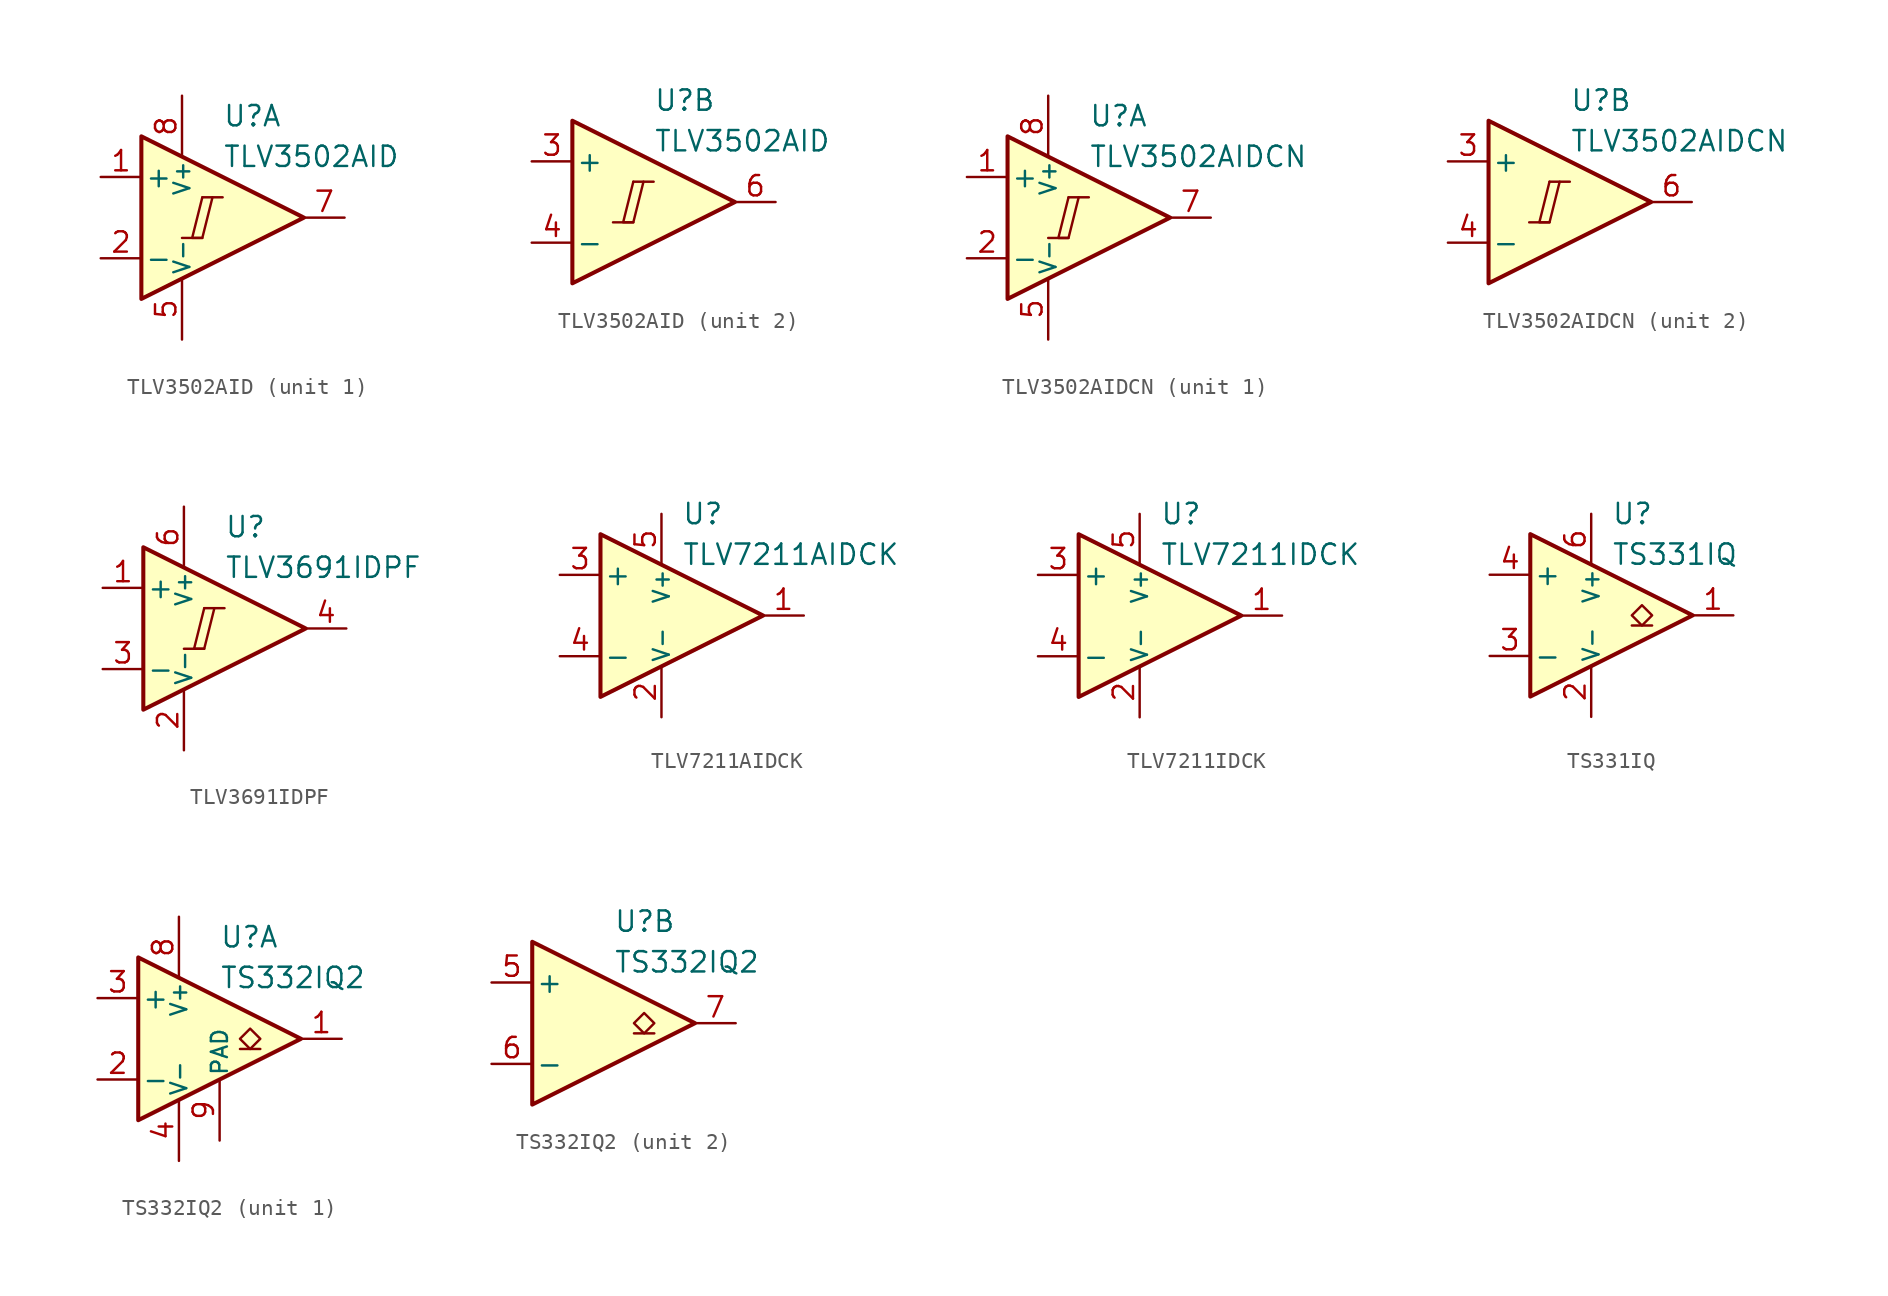
<source format=kicad_sym>
(kicad_symbol_lib
  (version 20211014)
  (generator kicad_symbol_editor)
  (symbol "TLV3502AID"
    (pin_names
      (offset 0.2))
    (property "Reference" "U"
      (at 1.27 6.35 0)
      (effects (font (size 1.27 1.27)) (justify left)))
    (property "Value" "TLV3502AID"
      (at 1.27 3.81 0)
      (effects (font (size 1.27 1.27)) (justify left)))
    (property "ki_locked" ""
      (at 0 0 0)
      (effects (font (size 1.27 1.27))))
    (symbol "TLV3502AID_0_0"
      (polyline (pts (xy -1.27 -1.27) (xy 0 -1.27)) (stroke (width 0.152) (type default) (color 0 0 0 0)) (fill (type none)))
      (polyline (pts (xy 0 1.27) (xy 1.27 1.27)) (stroke (width 0.152) (type default) (color 0 0 0 0)) (fill (type none)))
      (polyline (pts (xy 0 1.27) (xy -0.635 -1.27) (xy 0 -1.27) (xy 0.635 1.27)) (stroke (width 0.152) (type default) (color 0 0 0 0)) (fill (type none))))
    (symbol "TLV3502AID_0_1"
      (polyline (pts (xy -3.81 5.08) (xy -3.81 -5.08) (xy 6.35 0) (xy -3.81 5.08)) (stroke (width 0.254) (type default) (color 0 0 0 0)) (fill (type background))))
    (symbol "TLV3502AID_1_1"
      (pin input line (at -6.35 2.54 0) (length 2.54) (name "+" (effects (font (size 1.27 1.27)))) (number "1" (effects (font (size 1.27 1.27)))))
      (pin no_connect line (at -1.27 1.27 0) (length 2.54) hide (name "NC" (effects (font (size 1.27 1.27)))) (number "1" (effects (font (size 1.27 1.27)))))
      (pin input line (at -6.35 -2.54 0) (length 2.54) (name "-" (effects (font (size 1.27 1.27)))) (number "2" (effects (font (size 1.27 1.27)))))
      (pin no_connect line (at -1.27 -1.27 0) (length 2.54) hide (name "NC" (effects (font (size 1.27 1.27)))) (number "5" (effects (font (size 1.27 1.27)))))
      (pin power_in line (at -1.27 -7.62 90) (length 3.81) (name "V-" (effects (font (size 1 1)))) (number "5" (effects (font (size 1.27 1.27)))))
      (pin output line (at 8.89 0 180) (length 2.54) (name "~" (effects (font (size 1.27 1.27)))) (number "7" (effects (font (size 1.27 1.27)))))
      (pin power_in line (at -1.27 7.62 270) (length 3.81) (name "V+" (effects (font (size 1 1)))) (number "8" (effects (font (size 1.27 1.27))))))
    (symbol "TLV3502AID_2_1"
      (pin no_connect line (at -1.27 1.27 0) (length 2.54) hide (name "NC" (effects (font (size 1.27 1.27)))) (number "1" (effects (font (size 1.27 1.27)))))
      (pin input line (at -6.35 2.54 0) (length 2.54) (name "+" (effects (font (size 1.27 1.27)))) (number "3" (effects (font (size 1.27 1.27)))))
      (pin input line (at -6.35 -2.54 0) (length 2.54) (name "-" (effects (font (size 1.27 1.27)))) (number "4" (effects (font (size 1.27 1.27)))))
      (pin no_connect line (at -1.27 -1.27 0) (length 2.54) hide (name "NC" (effects (font (size 1.27 1.27)))) (number "5" (effects (font (size 1.27 1.27)))))
      (pin output line (at 8.89 0 180) (length 2.54) (name "~" (effects (font (size 1.27 1.27)))) (number "6" (effects (font (size 1.27 1.27)))))))
  (symbol "TLV3502AIDCN"
    (pin_names
      (offset 0.2))
    (property "Reference" "U"
      (at 1.27 6.35 0)
      (effects (font (size 1.27 1.27)) (justify left)))
    (property "Value" "TLV3502AIDCN"
      (at 1.27 3.81 0)
      (effects (font (size 1.27 1.27)) (justify left)))
    (property "ki_locked" ""
      (at 0 0 0)
      (effects (font (size 1.27 1.27))))
    (symbol "TLV3502AIDCN_0_0"
      (polyline (pts (xy -1.27 -1.27) (xy 0 -1.27)) (stroke (width 0.152) (type default) (color 0 0 0 0)) (fill (type none)))
      (polyline (pts (xy 0 1.27) (xy 1.27 1.27)) (stroke (width 0.152) (type default) (color 0 0 0 0)) (fill (type none)))
      (polyline (pts (xy 0 1.27) (xy -0.635 -1.27) (xy 0 -1.27) (xy 0.635 1.27)) (stroke (width 0.152) (type default) (color 0 0 0 0)) (fill (type none))))
    (symbol "TLV3502AIDCN_0_1"
      (polyline (pts (xy -3.81 5.08) (xy -3.81 -5.08) (xy 6.35 0) (xy -3.81 5.08)) (stroke (width 0.254) (type default) (color 0 0 0 0)) (fill (type background))))
    (symbol "TLV3502AIDCN_1_1"
      (pin input line (at -6.35 2.54 0) (length 2.54) (name "+" (effects (font (size 1.27 1.27)))) (number "1" (effects (font (size 1.27 1.27)))))
      (pin no_connect line (at -1.27 1.27 0) (length 2.54) hide (name "NC" (effects (font (size 1.27 1.27)))) (number "1" (effects (font (size 1.27 1.27)))))
      (pin input line (at -6.35 -2.54 0) (length 2.54) (name "-" (effects (font (size 1.27 1.27)))) (number "2" (effects (font (size 1.27 1.27)))))
      (pin no_connect line (at -1.27 -1.27 0) (length 2.54) hide (name "NC" (effects (font (size 1.27 1.27)))) (number "5" (effects (font (size 1.27 1.27)))))
      (pin power_in line (at -1.27 -7.62 90) (length 3.81) (name "V-" (effects (font (size 1 1)))) (number "5" (effects (font (size 1.27 1.27)))))
      (pin output line (at 8.89 0 180) (length 2.54) (name "~" (effects (font (size 1.27 1.27)))) (number "7" (effects (font (size 1.27 1.27)))))
      (pin power_in line (at -1.27 7.62 270) (length 3.81) (name "V+" (effects (font (size 1 1)))) (number "8" (effects (font (size 1.27 1.27))))))
    (symbol "TLV3502AIDCN_2_1"
      (pin no_connect line (at -1.27 1.27 0) (length 2.54) hide (name "NC" (effects (font (size 1.27 1.27)))) (number "1" (effects (font (size 1.27 1.27)))))
      (pin input line (at -6.35 2.54 0) (length 2.54) (name "+" (effects (font (size 1.27 1.27)))) (number "3" (effects (font (size 1.27 1.27)))))
      (pin input line (at -6.35 -2.54 0) (length 2.54) (name "-" (effects (font (size 1.27 1.27)))) (number "4" (effects (font (size 1.27 1.27)))))
      (pin no_connect line (at -1.27 -1.27 0) (length 2.54) hide (name "NC" (effects (font (size 1.27 1.27)))) (number "5" (effects (font (size 1.27 1.27)))))
      (pin output line (at 8.89 0 180) (length 2.54) (name "~" (effects (font (size 1.27 1.27)))) (number "6" (effects (font (size 1.27 1.27)))))))
  (symbol "TLV3691IDPF"
    (pin_names
      (offset 0.2))
    (property "Reference" "U"
      (at 1.27 6.35 0)
      (effects (font (size 1.27 1.27)) (justify left)))
    (property "Value" "TLV3691IDPF"
      (at 1.27 3.81 0)
      (effects (font (size 1.27 1.27)) (justify left)))
    (symbol "TLV3691IDPF_0_0"
      (polyline (pts (xy -1.27 -1.27) (xy 0 -1.27)) (stroke (width 0.152) (type default) (color 0 0 0 0)) (fill (type none)))
      (polyline (pts (xy 0 1.27) (xy 1.27 1.27)) (stroke (width 0.152) (type default) (color 0 0 0 0)) (fill (type none)))
      (polyline (pts (xy 0 1.27) (xy -0.635 -1.27) (xy 0 -1.27) (xy 0.635 1.27)) (stroke (width 0.152) (type default) (color 0 0 0 0)) (fill (type none))))
    (symbol "TLV3691IDPF_0_1"
      (polyline (pts (xy -3.81 5.08) (xy -3.81 -5.08) (xy 6.35 0) (xy -3.81 5.08)) (stroke (width 0.254) (type default) (color 0 0 0 0)) (fill (type background))))
    (symbol "TLV3691IDPF_1_1"
      (pin input line (at -6.35 2.54 0) (length 2.54) (name "+" (effects (font (size 1.27 1.27)))) (number "1" (effects (font (size 1.27 1.27)))))
      (pin power_in line (at -1.27 -7.62 90) (length 3.81) (name "V-" (effects (font (size 1 1)))) (number "2" (effects (font (size 1.27 1.27)))))
      (pin input line (at -6.35 -2.54 0) (length 2.54) (name "-" (effects (font (size 1.27 1.27)))) (number "3" (effects (font (size 1.27 1.27)))))
      (pin output line (at 8.89 0 180) (length 2.54) (name "~" (effects (font (size 1.27 1.27)))) (number "4" (effects (font (size 1.27 1.27)))))
      (pin no_connect line (at -1.27 0 0) (length 2.54) hide (name "NC" (effects (font (size 1.27 1.27)))) (number "5" (effects (font (size 1.27 1.27)))))
      (pin power_in line (at -1.27 7.62 270) (length 3.81) (name "V+" (effects (font (size 1 1)))) (number "6" (effects (font (size 1.27 1.27)))))))
  (symbol "TLV7211AIDCK"
    (pin_names
      (offset 0.2))
    (property "Reference" "U"
      (at 1.27 6.35 0)
      (effects (font (size 1.27 1.27)) (justify left)))
    (property "Value" "TLV7211AIDCK"
      (at 1.27 3.81 0)
      (effects (font (size 1.27 1.27)) (justify left)))
    (symbol "TLV7211AIDCK_0_1"
      (polyline (pts (xy -3.81 5.08) (xy -3.81 -5.08) (xy 6.35 0) (xy -3.81 5.08)) (stroke (width 0.254) (type default) (color 0 0 0 0)) (fill (type background))))
    (symbol "TLV7211AIDCK_1_1"
      (pin output line (at 8.89 0 180) (length 2.54) (name "~" (effects (font (size 1.27 1.27)))) (number "1" (effects (font (size 1.27 1.27)))))
      (pin power_in line (at 0 -6.35 90) (length 3.18) (name "V-" (effects (font (size 1 1)))) (number "2" (effects (font (size 1.27 1.27)))))
      (pin input line (at -6.35 2.54 0) (length 2.54) (name "+" (effects (font (size 1.27 1.27)))) (number "3" (effects (font (size 1.27 1.27)))))
      (pin input line (at -6.35 -2.54 0) (length 2.54) (name "-" (effects (font (size 1.27 1.27)))) (number "4" (effects (font (size 1.27 1.27)))))
      (pin power_in line (at 0 6.35 270) (length 3.18) (name "V+" (effects (font (size 1 1)))) (number "5" (effects (font (size 1.27 1.27)))))
      (pin no_connect line (at -1.27 0 0) (length 2.54) hide (name "NC" (effects (font (size 1.27 1.27)))) (number "6" (effects (font (size 1.27 1.27)))))))
  (symbol "TLV7211IDCK"
    (pin_names
      (offset 0.2))
    (property "Reference" "U"
      (at 1.27 6.35 0)
      (effects (font (size 1.27 1.27)) (justify left)))
    (property "Value" "TLV7211IDCK"
      (at 1.27 3.81 0)
      (effects (font (size 1.27 1.27)) (justify left)))
    (symbol "TLV7211IDCK_0_1"
      (polyline (pts (xy -3.81 5.08) (xy -3.81 -5.08) (xy 6.35 0) (xy -3.81 5.08)) (stroke (width 0.254) (type default) (color 0 0 0 0)) (fill (type background))))
    (symbol "TLV7211IDCK_1_1"
      (pin output line (at 8.89 0 180) (length 2.54) (name "~" (effects (font (size 1.27 1.27)))) (number "1" (effects (font (size 1.27 1.27)))))
      (pin power_in line (at 0 -6.35 90) (length 3.18) (name "V-" (effects (font (size 1 1)))) (number "2" (effects (font (size 1.27 1.27)))))
      (pin input line (at -6.35 2.54 0) (length 2.54) (name "+" (effects (font (size 1.27 1.27)))) (number "3" (effects (font (size 1.27 1.27)))))
      (pin input line (at -6.35 -2.54 0) (length 2.54) (name "-" (effects (font (size 1.27 1.27)))) (number "4" (effects (font (size 1.27 1.27)))))
      (pin power_in line (at 0 6.35 270) (length 3.18) (name "V+" (effects (font (size 1 1)))) (number "5" (effects (font (size 1.27 1.27)))))
      (pin no_connect line (at -1.27 0 0) (length 2.54) hide (name "NC" (effects (font (size 1.27 1.27)))) (number "6" (effects (font (size 1.27 1.27)))))))
  (symbol "TS331IQ"
    (pin_names
      (offset 0.2))
    (property "Reference" "U"
      (at 1.27 6.35 0)
      (effects (font (size 1.27 1.27)) (justify left)))
    (property "Value" "TS331IQ"
      (at 1.27 3.81 0)
      (effects (font (size 1.27 1.27)) (justify left)))
    (symbol "TS331IQ_0_1"
      (polyline (pts (xy -3.81 5.08) (xy -3.81 -5.08) (xy 6.35 0) (xy -3.81 5.08)) (stroke (width 0.254) (type default) (color 0 0 0 0)) (fill (type background))))
    (symbol "TS331IQ_1_1"
      (polyline (pts (xy 3.81 -0.635) (xy 2.54 -0.635)) (stroke (width 0.152) (type default) (color 0 0 0 0)) (fill (type none)))
      (polyline (pts (xy 3.175 -0.635) (xy 2.54 0) (xy 3.175 0.635) (xy 3.81 0) (xy 3.175 -0.635)) (stroke (width 0.152) (type default) (color 0 0 0 0)) (fill (type none)))
      (pin open_collector line (at 8.89 0 180) (length 2.54) (name "~" (effects (font (size 1.27 1.27)))) (number "1" (effects (font (size 1.27 1.27)))))
      (pin power_in line (at 0 -6.35 90) (length 3.18) (name "V-" (effects (font (size 1 1)))) (number "2" (effects (font (size 1.27 1.27)))))
      (pin input line (at -6.35 -2.54 0) (length 2.54) (name "-" (effects (font (size 1.27 1.27)))) (number "3" (effects (font (size 1.27 1.27)))))
      (pin input line (at -6.35 2.54 0) (length 2.54) (name "+" (effects (font (size 1.27 1.27)))) (number "4" (effects (font (size 1.27 1.27)))))
      (pin no_connect line (at -1.27 0 0) (length 2.54) hide (name "NC" (effects (font (size 1.27 1.27)))) (number "5" (effects (font (size 1.27 1.27)))))
      (pin power_in line (at 0 6.35 270) (length 3.18) (name "V+" (effects (font (size 1 1)))) (number "6" (effects (font (size 1.27 1.27)))))))
  (symbol "TS332IQ2"
    (pin_names
      (offset 0.2))
    (property "Reference" "U"
      (at 1.27 6.35 0)
      (effects (font (size 1.27 1.27)) (justify left)))
    (property "Value" "TS332IQ2"
      (at 1.27 3.81 0)
      (effects (font (size 1.27 1.27)) (justify left)))
    (property "ki_locked" ""
      (at 0 0 0)
      (effects (font (size 1.27 1.27))))
    (symbol "TS332IQ2_0_1"
      (polyline (pts (xy -3.81 5.08) (xy -3.81 -5.08) (xy 6.35 0) (xy -3.81 5.08)) (stroke (width 0.254) (type default) (color 0 0 0 0)) (fill (type background))))
    (symbol "TS332IQ2_1_1"
      (polyline (pts (xy 3.81 -0.635) (xy 2.54 -0.635)) (stroke (width 0.152) (type default) (color 0 0 0 0)) (fill (type none)))
      (polyline (pts (xy 3.175 -0.635) (xy 2.54 0) (xy 3.175 0.635) (xy 3.81 0) (xy 3.175 -0.635)) (stroke (width 0.152) (type default) (color 0 0 0 0)) (fill (type none)))
      (pin open_collector line (at 8.89 0 180) (length 2.54) (name "~" (effects (font (size 1.27 1.27)))) (number "1" (effects (font (size 1.27 1.27)))))
      (pin input line (at -6.35 -2.54 0) (length 2.54) (name "-" (effects (font (size 1.27 1.27)))) (number "2" (effects (font (size 1.27 1.27)))))
      (pin input line (at -6.35 2.54 0) (length 2.54) (name "+" (effects (font (size 1.27 1.27)))) (number "3" (effects (font (size 1.27 1.27)))))
      (pin power_in line (at -1.27 -7.62 90) (length 3.81) (name "V-" (effects (font (size 1 1)))) (number "4" (effects (font (size 1.27 1.27)))))
      (pin power_in line (at -1.27 7.62 270) (length 3.81) (name "V+" (effects (font (size 1 1)))) (number "8" (effects (font (size 1.27 1.27)))))
      (pin power_in line (at 1.27 -6.35 90) (length 3.81) (name "PAD" (effects (font (size 1 1)))) (number "9" (effects (font (size 1.27 1.27))))))
    (symbol "TS332IQ2_2_1"
      (polyline (pts (xy 3.81 -0.635) (xy 2.54 -0.635)) (stroke (width 0.152) (type default) (color 0 0 0 0)) (fill (type none)))
      (polyline (pts (xy 3.175 -0.635) (xy 2.54 0) (xy 3.175 0.635) (xy 3.81 0) (xy 3.175 -0.635)) (stroke (width 0.152) (type default) (color 0 0 0 0)) (fill (type none)))
      (pin input line (at -6.35 2.54 0) (length 2.54) (name "+" (effects (font (size 1.27 1.27)))) (number "5" (effects (font (size 1.27 1.27)))))
      (pin input line (at -6.35 -2.54 0) (length 2.54) (name "-" (effects (font (size 1.27 1.27)))) (number "6" (effects (font (size 1.27 1.27)))))
      (pin open_collector line (at 8.89 0 180) (length 2.54) (name "~" (effects (font (size 1.27 1.27)))) (number "7" (effects (font (size 1.27 1.27))))))))
</source>
